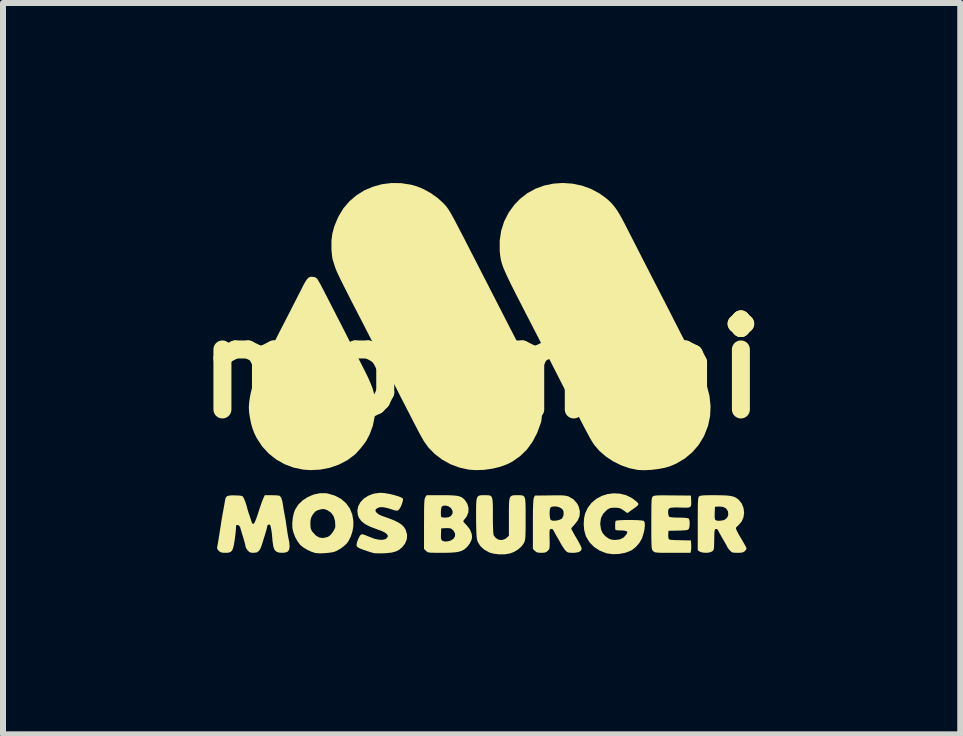
<source format=kicad_pcb>
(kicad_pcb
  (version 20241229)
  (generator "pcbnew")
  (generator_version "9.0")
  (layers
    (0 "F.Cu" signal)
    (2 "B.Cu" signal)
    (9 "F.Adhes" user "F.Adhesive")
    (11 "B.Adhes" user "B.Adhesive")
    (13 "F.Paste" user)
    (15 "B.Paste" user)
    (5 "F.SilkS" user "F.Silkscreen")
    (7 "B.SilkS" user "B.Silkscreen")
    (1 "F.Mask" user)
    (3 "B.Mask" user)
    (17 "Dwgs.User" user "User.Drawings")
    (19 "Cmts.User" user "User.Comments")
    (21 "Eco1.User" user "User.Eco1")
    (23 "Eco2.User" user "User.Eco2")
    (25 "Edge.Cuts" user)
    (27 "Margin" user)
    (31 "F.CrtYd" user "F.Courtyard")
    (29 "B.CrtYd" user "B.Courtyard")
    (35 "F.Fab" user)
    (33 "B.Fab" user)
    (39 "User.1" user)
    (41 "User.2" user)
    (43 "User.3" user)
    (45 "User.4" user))
  (footprint "mosmini"
    (layer "F.Cu")
    (at 4.979 3.097)
    (property "Reference" "mosmini" (at 0 0 0) (layer "F.SilkS") (effects (font (size 1.5 1.5) (thickness 0.3))))
    (attr board_only exclude_from_pos_files exclude_from_bom)
    (fp_poly (pts (xy -2.567 2.079) (xy -2.446 2.115) (xy -2.344 2.169) (xy -2.261 2.241) (xy -2.198 2.328) (xy -2.157 2.429) (xy -2.138 2.543) (xy -2.14 2.636) (xy -2.155 2.717) (xy -2.182 2.798) (xy -2.219 2.871) (xy -2.251 2.915) (xy -2.302 2.962) (xy -2.366 3.007) (xy -2.431 3.042) (xy -2.441 3.046) (xy -2.491 3.06) (xy -2.557 3.069) (xy -2.63 3.075) (xy -2.701 3.077) (xy -2.761 3.073) (xy -2.776 3.07) (xy -2.841 3.049) (xy -2.911 3.016) (xy -2.976 2.976) (xy -3.023 2.938) (xy -3.07 2.876) (xy -3.112 2.799) (xy -3.142 2.717) (xy -3.155 2.655) (xy -3.157 2.583) (xy -2.855 2.583) (xy -2.853 2.636) (xy -2.846 2.672) (xy -2.832 2.702) (xy -2.819 2.72) (xy -2.765 2.779) (xy -2.71 2.812) (xy -2.65 2.822) (xy -2.581 2.808) (xy -2.558 2.799) (xy -2.527 2.777) (xy -2.493 2.739) (xy -2.463 2.693) (xy -2.443 2.649) (xy -2.439 2.629) (xy -2.444 2.536) (xy -2.468 2.458) (xy -2.511 2.399) (xy -2.572 2.358) (xy -2.572 2.358) (xy -2.614 2.342) (xy -2.646 2.338) (xy -2.684 2.344) (xy -2.694 2.347) (xy -2.742 2.362) (xy -2.775 2.382) (xy -2.803 2.414) (xy -2.823 2.444) (xy -2.842 2.481) (xy -2.852 2.522) (xy -2.855 2.577) (xy -2.855 2.583) (xy -3.157 2.583) (xy -3.157 2.571) (xy -3.148 2.482) (xy -3.129 2.398) (xy -3.109 2.346) (xy -3.057 2.265) (xy -2.985 2.195) (xy -2.898 2.138) (xy -2.802 2.097) (xy -2.701 2.075) (xy -2.602 2.074)) (stroke (width 0) (type solid)) (fill yes) (layer "F.SilkS"))
    (fp_poly (pts (xy 0.668 2.11) (xy 0.691 2.116) (xy 0.708 2.13) (xy 0.72 2.154) (xy 0.727 2.191) (xy 0.731 2.245) (xy 0.733 2.317) (xy 0.733 2.41) (xy 0.733 2.502) (xy 0.733 2.608) (xy 0.732 2.69) (xy 0.731 2.753) (xy 0.729 2.801) (xy 0.726 2.835) (xy 0.721 2.861) (xy 0.715 2.882) (xy 0.706 2.901) (xy 0.703 2.908) (xy 0.665 2.961) (xy 0.609 3.011) (xy 0.541 3.053) (xy 0.472 3.079) (xy 0.386 3.093) (xy 0.291 3.094) (xy 0.199 3.083) (xy 0.127 3.062) (xy 0.044 3.016) (xy -0.021 2.957) (xy -0.064 2.888) (xy -0.078 2.843) (xy -0.083 2.808) (xy -0.087 2.75) (xy -0.09 2.674) (xy -0.092 2.586) (xy -0.093 2.489) (xy -0.093 2.474) (xy -0.093 2.365) (xy -0.092 2.281) (xy -0.089 2.217) (xy -0.083 2.172) (xy -0.072 2.141) (xy -0.056 2.122) (xy -0.033 2.112) (xy -0.002 2.108) (xy 0.037 2.108) (xy 0.047 2.108) (xy 0.09 2.108) (xy 0.123 2.11) (xy 0.147 2.117) (xy 0.164 2.132) (xy 0.176 2.158) (xy 0.182 2.198) (xy 0.186 2.256) (xy 0.187 2.333) (xy 0.187 2.434) (xy 0.187 2.45) (xy 0.187 2.564) (xy 0.19 2.655) (xy 0.193 2.723) (xy 0.198 2.765) (xy 0.202 2.779) (xy 0.238 2.824) (xy 0.286 2.85) (xy 0.339 2.855) (xy 0.39 2.838) (xy 0.416 2.819) (xy 0.454 2.783) (xy 0.454 2.472) (xy 0.454 2.364) (xy 0.455 2.28) (xy 0.458 2.217) (xy 0.464 2.171) (xy 0.475 2.14) (xy 0.491 2.122) (xy 0.515 2.112) (xy 0.546 2.108) (xy 0.586 2.108) (xy 0.598 2.108) (xy 0.637 2.108)) (stroke (width 0) (type solid)) (fill yes) (layer "F.SilkS"))
    (fp_poly (pts (xy -2.777 -1.526) (xy -2.75 -1.509) (xy -2.735 -1.489) (xy -2.711 -1.449) (xy -2.681 -1.396) (xy -2.649 -1.334) (xy -2.637 -1.312) (xy -2.598 -1.235) (xy -2.551 -1.144) (xy -2.503 -1.05) (xy -2.458 -0.963) (xy -2.45 -0.947) (xy -2.408 -0.864) (xy -2.358 -0.768) (xy -2.307 -0.668) (xy -2.259 -0.574) (xy -2.242 -0.54) (xy -2.198 -0.454) (xy -2.146 -0.353) (xy -2.092 -0.247) (xy -2.041 -0.147) (xy -2.013 -0.093) (xy -1.95 0.031) (xy -1.898 0.136) (xy -1.858 0.226) (xy -1.827 0.304) (xy -1.805 0.374) (xy -1.789 0.44) (xy -1.78 0.505) (xy -1.775 0.574) (xy -1.774 0.642) (xy -1.784 0.803) (xy -1.814 0.951) (xy -1.866 1.092) (xy -1.923 1.201) (xy -1.947 1.236) (xy -1.984 1.284) (xy -2.026 1.336) (xy -2.069 1.384) (xy -2.104 1.422) (xy -2.114 1.431) (xy -2.238 1.524) (xy -2.378 1.597) (xy -2.529 1.65) (xy -2.689 1.681) (xy -2.853 1.69) (xy -2.975 1.681) (xy -3.135 1.648) (xy -3.285 1.591) (xy -3.424 1.513) (xy -3.549 1.414) (xy -3.657 1.297) (xy -3.745 1.164) (xy -3.755 1.146) (xy -3.792 1.069) (xy -3.82 0.996) (xy -3.843 0.916) (xy -3.862 0.82) (xy -3.877 0.725) (xy -3.881 0.64) (xy -3.875 0.553) (xy -3.863 0.474) (xy -3.849 0.403) (xy -3.832 0.336) (xy -3.81 0.269) (xy -3.78 0.196) (xy -3.741 0.111) (xy -3.69 0.01) (xy -3.676 -0.017) (xy -3.592 -0.181) (xy -3.51 -0.342) (xy -3.429 -0.498) (xy -3.352 -0.649) (xy -3.279 -0.791) (xy -3.211 -0.923) (xy -3.15 -1.043) (xy -3.095 -1.15) (xy -3.049 -1.241) (xy -3.011 -1.314) (xy -2.984 -1.368) (xy -2.967 -1.401) (xy -2.964 -1.407) (xy -2.942 -1.446) (xy -2.915 -1.487) (xy -2.912 -1.491) (xy -2.885 -1.52) (xy -2.856 -1.532) (xy -2.827 -1.534)) (stroke (width 0) (type solid)) (fill yes) (layer "F.SilkS"))
    (fp_poly (pts (xy 2.307 2.082) (xy 2.409 2.108) (xy 2.506 2.156) (xy 2.568 2.203) (xy 2.595 2.227) (xy 2.61 2.246) (xy 2.612 2.263) (xy 2.597 2.283) (xy 2.566 2.309) (xy 2.515 2.345) (xy 2.498 2.357) (xy 2.428 2.406) (xy 2.366 2.361) (xy 2.326 2.335) (xy 2.292 2.322) (xy 2.251 2.317) (xy 2.219 2.316) (xy 2.169 2.318) (xy 2.134 2.325) (xy 2.104 2.342) (xy 2.085 2.356) (xy 2.025 2.418) (xy 1.989 2.489) (xy 1.977 2.573) (xy 1.978 2.602) (xy 1.99 2.679) (xy 2.016 2.739) (xy 2.06 2.789) (xy 2.067 2.795) (xy 2.114 2.829) (xy 2.157 2.847) (xy 2.208 2.854) (xy 2.229 2.854) (xy 2.305 2.844) (xy 2.367 2.813) (xy 2.412 2.762) (xy 2.414 2.757) (xy 2.427 2.731) (xy 2.425 2.716) (xy 2.415 2.708) (xy 2.391 2.701) (xy 2.351 2.696) (xy 2.311 2.695) (xy 2.259 2.693) (xy 2.232 2.685) (xy 2.227 2.678) (xy 2.225 2.626) (xy 2.226 2.579) (xy 2.23 2.545) (xy 2.234 2.536) (xy 2.25 2.53) (xy 2.288 2.526) (xy 2.341 2.523) (xy 2.405 2.521) (xy 2.474 2.521) (xy 2.543 2.522) (xy 2.606 2.524) (xy 2.658 2.528) (xy 2.693 2.533) (xy 2.705 2.537) (xy 2.718 2.566) (xy 2.721 2.614) (xy 2.715 2.674) (xy 2.7 2.741) (xy 2.679 2.809) (xy 2.667 2.838) (xy 2.628 2.904) (xy 2.574 2.967) (xy 2.513 3.017) (xy 2.489 3.031) (xy 2.397 3.067) (xy 2.293 3.087) (xy 2.188 3.091) (xy 2.09 3.078) (xy 2.079 3.075) (xy 1.969 3.033) (xy 1.874 2.971) (xy 1.798 2.893) (xy 1.742 2.801) (xy 1.734 2.781) (xy 1.71 2.694) (xy 1.701 2.595) (xy 1.707 2.495) (xy 1.724 2.415) (xy 1.768 2.318) (xy 1.831 2.236) (xy 1.909 2.17) (xy 2 2.12) (xy 2.098 2.089) (xy 2.202 2.076)) (stroke (width 0) (type solid)) (fill yes) (layer "F.SilkS"))
    (fp_poly (pts (xy -1.619 2.073) (xy -1.541 2.086) (xy -1.461 2.105) (xy -1.387 2.127) (xy -1.356 2.139) (xy -1.324 2.155) (xy -1.311 2.17) (xy -1.312 2.194) (xy -1.314 2.202) (xy -1.33 2.256) (xy -1.351 2.305) (xy -1.374 2.343) (xy -1.396 2.363) (xy -1.399 2.365) (xy -1.427 2.364) (xy -1.465 2.356) (xy -1.476 2.352) (xy -1.573 2.321) (xy -1.65 2.307) (xy -1.708 2.31) (xy -1.748 2.329) (xy -1.755 2.335) (xy -1.77 2.355) (xy -1.77 2.371) (xy -1.754 2.396) (xy -1.753 2.397) (xy -1.719 2.426) (xy -1.665 2.452) (xy -1.647 2.458) (xy -1.537 2.497) (xy -1.45 2.532) (xy -1.383 2.566) (xy -1.333 2.6) (xy -1.296 2.637) (xy -1.27 2.679) (xy -1.266 2.687) (xy -1.243 2.765) (xy -1.247 2.841) (xy -1.277 2.914) (xy -1.323 2.973) (xy -1.373 3.016) (xy -1.431 3.046) (xy -1.5 3.064) (xy -1.589 3.074) (xy -1.628 3.076) (xy -1.689 3.077) (xy -1.742 3.077) (xy -1.78 3.075) (xy -1.794 3.074) (xy -1.844 3.06) (xy -1.904 3.041) (xy -1.964 3.021) (xy -2.015 3.001) (xy -2.041 2.99) (xy -2.073 2.97) (xy -2.085 2.947) (xy -2.086 2.935) (xy -2.076 2.886) (xy -2.056 2.833) (xy -2.032 2.788) (xy -2.023 2.776) (xy -2.009 2.764) (xy -1.994 2.759) (xy -1.972 2.762) (xy -1.938 2.774) (xy -1.886 2.796) (xy -1.874 2.801) (xy -1.789 2.833) (xy -1.713 2.85) (xy -1.65 2.852) (xy -1.603 2.839) (xy -1.587 2.828) (xy -1.566 2.802) (xy -1.564 2.781) (xy -1.577 2.759) (xy -1.614 2.73) (xy -1.677 2.7) (xy -1.748 2.675) (xy -1.857 2.634) (xy -1.942 2.59) (xy -2.004 2.541) (xy -2.045 2.486) (xy -2.064 2.437) (xy -2.072 2.36) (xy -2.056 2.288) (xy -2.018 2.221) (xy -1.963 2.163) (xy -1.891 2.117) (xy -1.807 2.084) (xy -1.713 2.069) (xy -1.682 2.068)) (stroke (width 0) (type solid)) (fill yes) (layer "F.SilkS"))
    (fp_poly (pts (xy 3.159 2.111) (xy 3.183 2.111) (xy 3.488 2.114) (xy 3.493 2.199) (xy 3.494 2.249) (xy 3.49 2.283) (xy 3.476 2.303) (xy 3.448 2.314) (xy 3.402 2.316) (xy 3.335 2.314) (xy 3.322 2.314) (xy 3.256 2.312) (xy 3.198 2.313) (xy 3.157 2.317) (xy 3.144 2.32) (xy 3.121 2.333) (xy 3.111 2.353) (xy 3.108 2.39) (xy 3.108 2.392) (xy 3.112 2.431) (xy 3.121 2.46) (xy 3.124 2.465) (xy 3.147 2.474) (xy 3.196 2.479) (xy 3.27 2.481) (xy 3.288 2.481) (xy 3.367 2.483) (xy 3.421 2.488) (xy 3.45 2.495) (xy 3.452 2.497) (xy 3.463 2.522) (xy 3.468 2.562) (xy 3.467 2.607) (xy 3.461 2.648) (xy 3.452 2.672) (xy 3.44 2.682) (xy 3.419 2.689) (xy 3.383 2.693) (xy 3.329 2.696) (xy 3.275 2.698) (xy 3.115 2.701) (xy 3.111 2.747) (xy 3.11 2.788) (xy 3.114 2.823) (xy 3.118 2.835) (xy 3.126 2.844) (xy 3.142 2.85) (xy 3.17 2.853) (xy 3.216 2.856) (xy 3.282 2.857) (xy 3.305 2.858) (xy 3.488 2.862) (xy 3.493 2.934) (xy 3.494 2.981) (xy 3.491 3.022) (xy 3.489 3.038) (xy 3.481 3.068) (xy 3.184 3.068) (xy 3.087 3.068) (xy 3.014 3.068) (xy 2.96 3.067) (xy 2.922 3.064) (xy 2.897 3.061) (xy 2.88 3.055) (xy 2.868 3.048) (xy 2.858 3.038) (xy 2.857 3.037) (xy 2.849 3.028) (xy 2.843 3.018) (xy 2.838 3.003) (xy 2.834 2.98) (xy 2.832 2.948) (xy 2.83 2.902) (xy 2.829 2.84) (xy 2.828 2.76) (xy 2.828 2.657) (xy 2.828 2.579) (xy 2.828 2.461) (xy 2.829 2.366) (xy 2.829 2.292) (xy 2.831 2.237) (xy 2.833 2.196) (xy 2.836 2.168) (xy 2.84 2.15) (xy 2.845 2.138) (xy 2.852 2.13) (xy 2.853 2.13) (xy 2.863 2.122) (xy 2.879 2.117) (xy 2.904 2.113) (xy 2.941 2.111) (xy 2.993 2.11) (xy 3.065 2.11)) (stroke (width 0) (type solid)) (fill yes) (layer "F.SilkS"))
    (fp_poly (pts (xy -0.563 2.108) (xy -0.484 2.111) (xy -0.423 2.116) (xy -0.377 2.125) (xy -0.342 2.138) (xy -0.313 2.156) (xy -0.287 2.181) (xy -0.278 2.191) (xy -0.238 2.253) (xy -0.219 2.323) (xy -0.222 2.393) (xy -0.247 2.458) (xy -0.268 2.487) (xy -0.292 2.517) (xy -0.305 2.538) (xy -0.307 2.543) (xy -0.298 2.558) (xy -0.274 2.584) (xy -0.249 2.61) (xy -0.196 2.677) (xy -0.166 2.753) (xy -0.16 2.807) (xy -0.17 2.856) (xy -0.198 2.912) (xy -0.238 2.965) (xy -0.256 2.983) (xy -0.29 3.012) (xy -0.329 3.033) (xy -0.375 3.049) (xy -0.432 3.059) (xy -0.506 3.065) (xy -0.6 3.068) (xy -0.663 3.068) (xy -0.747 3.068) (xy -0.808 3.067) (xy -0.852 3.066) (xy -0.881 3.062) (xy -0.9 3.057) (xy -0.914 3.048) (xy -0.926 3.037) (xy -0.928 3.036) (xy -0.961 3.003) (xy -0.961 2.806) (xy -0.679 2.806) (xy -0.675 2.838) (xy -0.666 2.857) (xy -0.658 2.865) (xy -0.617 2.88) (xy -0.563 2.877) (xy -0.514 2.863) (xy -0.468 2.832) (xy -0.444 2.792) (xy -0.443 2.746) (xy -0.468 2.701) (xy -0.478 2.69) (xy -0.503 2.669) (xy -0.528 2.659) (xy -0.563 2.656) (xy -0.595 2.657) (xy -0.674 2.661) (xy -0.678 2.754) (xy -0.679 2.806) (xy -0.961 2.806) (xy -0.961 2.588) (xy -0.96 2.47) (xy -0.96 2.399) (xy -0.68 2.399) (xy -0.679 2.439) (xy -0.675 2.467) (xy -0.671 2.472) (xy -0.654 2.478) (xy -0.62 2.481) (xy -0.602 2.481) (xy -0.551 2.475) (xy -0.515 2.456) (xy -0.511 2.452) (xy -0.485 2.413) (xy -0.485 2.37) (xy -0.51 2.325) (xy -0.516 2.319) (xy -0.554 2.293) (xy -0.598 2.281) (xy -0.64 2.283) (xy -0.664 2.297) (xy -0.672 2.318) (xy -0.678 2.355) (xy -0.68 2.399) (xy -0.96 2.399) (xy -0.96 2.375) (xy -0.959 2.301) (xy -0.957 2.245) (xy -0.954 2.204) (xy -0.951 2.176) (xy -0.946 2.156) (xy -0.94 2.143) (xy -0.939 2.141) (xy -0.917 2.108) (xy -0.665 2.108)) (stroke (width 0) (type solid)) (fill yes) (layer "F.SilkS"))
    (fp_poly (pts (xy 1.302 2.11) (xy 1.353 2.111) (xy 1.391 2.115) (xy 1.419 2.12) (xy 1.443 2.127) (xy 1.456 2.132) (xy 1.533 2.179) (xy 1.591 2.245) (xy 1.616 2.292) (xy 1.637 2.373) (xy 1.633 2.452) (xy 1.602 2.529) (xy 1.546 2.6) (xy 1.542 2.604) (xy 1.515 2.634) (xy 1.497 2.657) (xy 1.494 2.665) (xy 1.501 2.682) (xy 1.519 2.716) (xy 1.545 2.763) (xy 1.578 2.819) (xy 1.581 2.824) (xy 1.614 2.881) (xy 1.641 2.933) (xy 1.66 2.973) (xy 1.667 2.997) (xy 1.668 2.997) (xy 1.656 3.032) (xy 1.62 3.055) (xy 1.56 3.067) (xy 1.52 3.068) (xy 1.471 3.067) (xy 1.439 3.062) (xy 1.417 3.049) (xy 1.398 3.032) (xy 1.374 3) (xy 1.344 2.956) (xy 1.32 2.915) (xy 1.293 2.865) (xy 1.266 2.818) (xy 1.248 2.788) (xy 1.225 2.747) (xy 1.205 2.708) (xy 1.203 2.704) (xy 1.185 2.676) (xy 1.159 2.67) (xy 1.158 2.67) (xy 1.146 2.673) (xy 1.138 2.681) (xy 1.133 2.698) (xy 1.131 2.728) (xy 1.131 2.777) (xy 1.133 2.838) (xy 1.134 2.906) (xy 1.133 2.954) (xy 1.131 2.985) (xy 1.125 3.006) (xy 1.115 3.021) (xy 1.102 3.035) (xy 1.077 3.055) (xy 1.047 3.065) (xy 1.002 3.068) (xy 0.994 3.068) (xy 0.946 3.066) (xy 0.915 3.057) (xy 0.889 3.038) (xy 0.887 3.036) (xy 0.854 3.003) (xy 0.854 2.592) (xy 0.854 2.465) (xy 0.855 2.383) (xy 1.133 2.383) (xy 1.133 2.432) (xy 1.138 2.478) (xy 1.146 2.511) (xy 1.151 2.519) (xy 1.175 2.531) (xy 1.216 2.533) (xy 1.262 2.528) (xy 1.306 2.515) (xy 1.338 2.497) (xy 1.339 2.495) (xy 1.361 2.457) (xy 1.367 2.413) (xy 1.363 2.372) (xy 1.346 2.343) (xy 1.327 2.326) (xy 1.288 2.306) (xy 1.24 2.295) (xy 1.193 2.295) (xy 1.157 2.306) (xy 1.147 2.315) (xy 1.138 2.341) (xy 1.133 2.383) (xy 0.855 2.383) (xy 0.855 2.363) (xy 0.857 2.282) (xy 0.86 2.223) (xy 0.864 2.181) (xy 0.868 2.155) (xy 0.871 2.148) (xy 0.888 2.114) (xy 1.143 2.111) (xy 1.234 2.11)) (stroke (width 0) (type solid)) (fill yes) (layer "F.SilkS"))
    (fp_poly (pts (xy 1.51 -3.086) (xy 1.666 -3.054) (xy 1.816 -3.001) (xy 1.958 -2.926) (xy 2.062 -2.853) (xy 2.12 -2.804) (xy 2.17 -2.754) (xy 2.216 -2.7) (xy 2.261 -2.636) (xy 2.307 -2.56) (xy 2.359 -2.465) (xy 2.398 -2.39) (xy 2.449 -2.29) (xy 2.51 -2.171) (xy 2.581 -2.032) (xy 2.663 -1.871) (xy 2.757 -1.688) (xy 2.862 -1.483) (xy 2.918 -1.374) (xy 2.965 -1.283) (xy 3.02 -1.176) (xy 3.079 -1.061) (xy 3.138 -0.946) (xy 3.192 -0.838) (xy 3.208 -0.807) (xy 3.261 -0.705) (xy 3.317 -0.594) (xy 3.375 -0.482) (xy 3.43 -0.375) (xy 3.478 -0.282) (xy 3.492 -0.253) (xy 3.553 -0.134) (xy 3.603 -0.036) (xy 3.644 0.043) (xy 3.676 0.106) (xy 3.7 0.156) (xy 3.719 0.195) (xy 3.732 0.225) (xy 3.742 0.249) (xy 3.75 0.269) (xy 3.753 0.28) (xy 3.798 0.453) (xy 3.816 0.623) (xy 3.808 0.789) (xy 3.774 0.951) (xy 3.713 1.108) (xy 3.7 1.134) (xy 3.616 1.272) (xy 3.51 1.393) (xy 3.387 1.496) (xy 3.248 1.579) (xy 3.142 1.625) (xy 3.052 1.651) (xy 2.945 1.671) (xy 2.832 1.685) (xy 2.721 1.691) (xy 2.623 1.688) (xy 2.601 1.686) (xy 2.462 1.658) (xy 2.324 1.609) (xy 2.191 1.543) (xy 2.068 1.461) (xy 1.961 1.368) (xy 1.874 1.266) (xy 1.862 1.248) (xy 1.847 1.224) (xy 1.828 1.193) (xy 1.805 1.153) (xy 1.778 1.103) (xy 1.745 1.041) (xy 1.705 0.966) (xy 1.658 0.876) (xy 1.604 0.77) (xy 1.54 0.647) (xy 1.467 0.505) (xy 1.384 0.341) (xy 1.289 0.156) (xy 1.271 0.12) (xy 1.084 -0.246) (xy 0.897 -0.61) (xy 0.727 -0.94) (xy 0.646 -1.098) (xy 0.576 -1.234) (xy 0.517 -1.351) (xy 0.468 -1.45) (xy 0.427 -1.535) (xy 0.394 -1.608) (xy 0.367 -1.67) (xy 0.347 -1.724) (xy 0.332 -1.772) (xy 0.321 -1.816) (xy 0.313 -1.859) (xy 0.307 -1.902) (xy 0.303 -1.948) (xy 0.301 -1.968) (xy 0.301 -2.139) (xy 0.326 -2.303) (xy 0.376 -2.458) (xy 0.45 -2.603) (xy 0.548 -2.737) (xy 0.639 -2.831) (xy 0.761 -2.926) (xy 0.897 -3.001) (xy 1.042 -3.054) (xy 1.195 -3.086) (xy 1.352 -3.097)) (stroke (width 0) (type solid)) (fill yes) (layer "F.SilkS"))
    (fp_poly (pts (xy 3.993 2.109) (xy 4.074 2.112) (xy 4.137 2.118) (xy 4.186 2.128) (xy 4.225 2.142) (xy 4.258 2.162) (xy 4.287 2.186) (xy 4.336 2.248) (xy 4.365 2.32) (xy 4.375 2.398) (xy 4.365 2.474) (xy 4.335 2.545) (xy 4.286 2.603) (xy 4.285 2.603) (xy 4.258 2.629) (xy 4.239 2.65) (xy 4.238 2.651) (xy 4.24 2.669) (xy 4.256 2.706) (xy 4.284 2.759) (xy 4.322 2.823) (xy 4.356 2.881) (xy 4.385 2.932) (xy 4.406 2.971) (xy 4.415 2.994) (xy 4.416 2.996) (xy 4.407 3.017) (xy 4.386 3.041) (xy 4.364 3.056) (xy 4.334 3.065) (xy 4.288 3.068) (xy 4.266 3.068) (xy 4.216 3.067) (xy 4.184 3.063) (xy 4.162 3.052) (xy 4.14 3.031) (xy 4.135 3.025) (xy 4.111 2.997) (xy 4.097 2.977) (xy 4.095 2.973) (xy 4.089 2.959) (xy 4.072 2.927) (xy 4.046 2.882) (xy 4.022 2.841) (xy 3.991 2.787) (xy 3.965 2.74) (xy 3.947 2.706) (xy 3.941 2.692) (xy 3.923 2.672) (xy 3.906 2.671) (xy 3.895 2.674) (xy 3.888 2.683) (xy 3.883 2.702) (xy 3.88 2.735) (xy 3.878 2.788) (xy 3.877 2.846) (xy 3.876 2.917) (xy 3.874 2.966) (xy 3.871 2.998) (xy 3.865 3.019) (xy 3.855 3.032) (xy 3.844 3.043) (xy 3.807 3.06) (xy 3.755 3.068) (xy 3.7 3.066) (xy 3.652 3.056) (xy 3.632 3.046) (xy 3.602 3.025) (xy 3.602 2.587) (xy 3.602 2.467) (xy 3.884 2.467) (xy 3.888 2.505) (xy 3.897 2.522) (xy 3.898 2.523) (xy 3.931 2.533) (xy 3.976 2.533) (xy 4.024 2.526) (xy 4.055 2.515) (xy 4.093 2.482) (xy 4.111 2.435) (xy 4.107 2.382) (xy 4.102 2.37) (xy 4.071 2.326) (xy 4.021 2.302) (xy 3.952 2.297) (xy 3.947 2.297) (xy 3.889 2.301) (xy 3.885 2.407) (xy 3.884 2.467) (xy 3.602 2.467) (xy 3.602 2.466) (xy 3.603 2.368) (xy 3.603 2.292) (xy 3.605 2.234) (xy 3.607 2.192) (xy 3.611 2.162) (xy 3.615 2.144) (xy 3.62 2.132) (xy 3.623 2.129) (xy 3.634 2.121) (xy 3.654 2.116) (xy 3.685 2.112) (xy 3.732 2.109) (xy 3.797 2.108) (xy 3.886 2.108) (xy 3.889 2.108)) (stroke (width 0) (type solid)) (fill yes) (layer "F.SilkS"))
    (fp_poly (pts (xy -3.499 2.108) (xy -3.444 2.109) (xy -3.4 2.112) (xy -3.372 2.116) (xy -3.367 2.118) (xy -3.341 2.151) (xy -3.322 2.209) (xy -3.316 2.248) (xy -3.308 2.297) (xy -3.298 2.358) (xy -3.289 2.408) (xy -3.279 2.461) (xy -3.267 2.531) (xy -3.256 2.606) (xy -3.249 2.655) (xy -3.239 2.721) (xy -3.229 2.782) (xy -3.22 2.831) (xy -3.214 2.856) (xy -3.206 2.902) (xy -3.202 2.954) (xy -3.202 2.966) (xy -3.209 3.015) (xy -3.231 3.047) (xy -3.273 3.064) (xy -3.326 3.068) (xy -3.382 3.064) (xy -3.424 3.048) (xy -3.453 3.017) (xy -3.472 2.967) (xy -3.483 2.896) (xy -3.487 2.862) (xy -3.494 2.777) (xy -3.503 2.704) (xy -3.513 2.648) (xy -3.523 2.612) (xy -3.526 2.605) (xy -3.544 2.595) (xy -3.564 2.603) (xy -3.575 2.623) (xy -3.575 2.627) (xy -3.579 2.649) (xy -3.589 2.689) (xy -3.604 2.74) (xy -3.608 2.755) (xy -3.628 2.817) (xy -3.647 2.88) (xy -3.663 2.931) (xy -3.664 2.935) (xy -3.688 2.998) (xy -3.714 3.038) (xy -3.748 3.061) (xy -3.793 3.068) (xy -3.803 3.068) (xy -3.846 3.066) (xy -3.874 3.054) (xy -3.9 3.028) (xy -3.901 3.027) (xy -3.923 2.996) (xy -3.935 2.97) (xy -3.935 2.965) (xy -3.939 2.944) (xy -3.949 2.904) (xy -3.964 2.851) (xy -3.976 2.809) (xy -3.994 2.75) (xy -4.01 2.696) (xy -4.022 2.657) (xy -4.026 2.641) (xy -4.046 2.612) (xy -4.066 2.604) (xy -4.085 2.604) (xy -4.094 2.618) (xy -4.095 2.65) (xy -4.097 2.684) (xy -4.102 2.737) (xy -4.11 2.8) (xy -4.117 2.855) (xy -4.13 2.935) (xy -4.144 2.992) (xy -4.161 3.03) (xy -4.184 3.053) (xy -4.215 3.065) (xy -4.259 3.068) (xy -4.272 3.068) (xy -4.32 3.066) (xy -4.352 3.058) (xy -4.376 3.042) (xy -4.384 3.035) (xy -4.407 3.003) (xy -4.41 2.978) (xy -4.405 2.953) (xy -4.396 2.904) (xy -4.384 2.833) (xy -4.37 2.743) (xy -4.353 2.635) (xy -4.348 2.601) (xy -4.339 2.543) (xy -4.329 2.483) (xy -4.323 2.448) (xy -4.314 2.399) (xy -4.303 2.339) (xy -4.289 2.261) (xy -4.274 2.174) (xy -4.264 2.144) (xy -4.244 2.125) (xy -4.211 2.114) (xy -4.158 2.11) (xy -4.105 2.111) (xy -4.048 2.113) (xy -4.012 2.117) (xy -3.99 2.123) (xy -3.978 2.135) (xy -3.97 2.148) (xy -3.943 2.209) (xy -3.919 2.282) (xy -3.909 2.321) (xy -3.898 2.361) (xy -3.882 2.411) (xy -3.871 2.441) (xy -3.855 2.489) (xy -3.841 2.532) (xy -3.836 2.552) (xy -3.823 2.581) (xy -3.805 2.586) (xy -3.792 2.575) (xy -3.777 2.547) (xy -3.758 2.499) (xy -3.733 2.428) (xy -3.725 2.401) (xy -3.702 2.331) (xy -3.679 2.264) (xy -3.659 2.208) (xy -3.644 2.17) (xy -3.641 2.164) (xy -3.616 2.108)) (stroke (width 0) (type solid)) (fill yes) (layer "F.SilkS"))
    (fp_poly (pts (xy -1.344 -3.094) (xy -1.181 -3.069) (xy -1.081 -3.041) (xy -0.965 -2.993) (xy -0.847 -2.927) (xy -0.737 -2.849) (xy -0.663 -2.783) (xy -0.639 -2.76) (xy -0.618 -2.738) (xy -0.598 -2.716) (xy -0.579 -2.692) (xy -0.559 -2.664) (xy -0.537 -2.63) (xy -0.512 -2.588) (xy -0.483 -2.536) (xy -0.448 -2.472) (xy -0.407 -2.393) (xy -0.358 -2.299) (xy -0.299 -2.186) (xy -0.231 -2.053) (xy -0.17 -1.934) (xy -0.143 -1.882) (xy -0.118 -1.833) (xy -0.092 -1.783) (xy -0.065 -1.73) (xy -0.036 -1.673) (xy -0.003 -1.609) (xy 0.034 -1.536) (xy 0.078 -1.452) (xy 0.128 -1.353) (xy 0.187 -1.238) (xy 0.255 -1.105) (xy 0.334 -0.951) (xy 0.36 -0.9) (xy 0.413 -0.797) (xy 0.472 -0.681) (xy 0.534 -0.562) (xy 0.593 -0.447) (xy 0.644 -0.346) (xy 0.651 -0.334) (xy 0.697 -0.244) (xy 0.744 -0.153) (xy 0.788 -0.065) (xy 0.827 0.013) (xy 0.858 0.075) (xy 0.863 0.087) (xy 0.892 0.145) (xy 0.917 0.197) (xy 0.936 0.235) (xy 0.947 0.255) (xy 0.956 0.278) (xy 0.969 0.318) (xy 0.983 0.367) (xy 0.983 0.368) (xy 0.994 0.427) (xy 1.002 0.503) (xy 1.007 0.588) (xy 1.008 0.677) (xy 1.006 0.761) (xy 1 0.834) (xy 0.991 0.888) (xy 0.989 0.894) (xy 0.927 1.066) (xy 0.848 1.217) (xy 0.754 1.347) (xy 0.642 1.456) (xy 0.514 1.546) (xy 0.427 1.591) (xy 0.31 1.634) (xy 0.178 1.666) (xy 0.039 1.685) (xy -0.098 1.69) (xy -0.213 1.682) (xy -0.369 1.648) (xy -0.519 1.592) (xy -0.657 1.515) (xy -0.782 1.421) (xy -0.889 1.311) (xy -0.952 1.224) (xy -0.967 1.2) (xy -0.984 1.171) (xy -1.005 1.134) (xy -1.03 1.089) (xy -1.06 1.032) (xy -1.096 0.962) (xy -1.141 0.877) (xy -1.193 0.774) (xy -1.256 0.653) (xy -1.329 0.51) (xy -1.358 0.454) (xy -1.406 0.359) (xy -1.456 0.261) (xy -1.504 0.168) (xy -1.547 0.083) (xy -1.583 0.013) (xy -1.601 -0.02) (xy -1.632 -0.081) (xy -1.673 -0.159) (xy -1.719 -0.249) (xy -1.767 -0.343) (xy -1.815 -0.436) (xy -1.827 -0.46) (xy -1.878 -0.559) (xy -1.934 -0.668) (xy -1.991 -0.78) (xy -2.045 -0.884) (xy -2.091 -0.974) (xy -2.095 -0.981) (xy -2.17 -1.126) (xy -2.233 -1.251) (xy -2.286 -1.355) (xy -2.33 -1.443) (xy -2.365 -1.514) (xy -2.393 -1.573) (xy -2.414 -1.619) (xy -2.43 -1.657) (xy -2.441 -1.687) (xy -2.446 -1.701) (xy -2.462 -1.751) (xy -2.476 -1.797) (xy -2.484 -1.821) (xy -2.49 -1.851) (xy -2.496 -1.9) (xy -2.502 -1.96) (xy -2.504 -2.003) (xy -2.504 -2.133) (xy -2.489 -2.253) (xy -2.457 -2.372) (xy -2.406 -2.497) (xy -2.385 -2.541) (xy -2.304 -2.675) (xy -2.204 -2.792) (xy -2.087 -2.891) (xy -1.957 -2.973) (xy -1.814 -3.034) (xy -1.663 -3.076) (xy -1.505 -3.096)) (stroke (width 0) (type solid)) (fill yes) (layer "F.SilkS")))
  (gr_rect
    (start -3 -3)
    (end 12.957 9.191)
    (stroke (width 0.1) (type default))
    (fill no)
    (layer "Edge.Cuts")))
</source>
